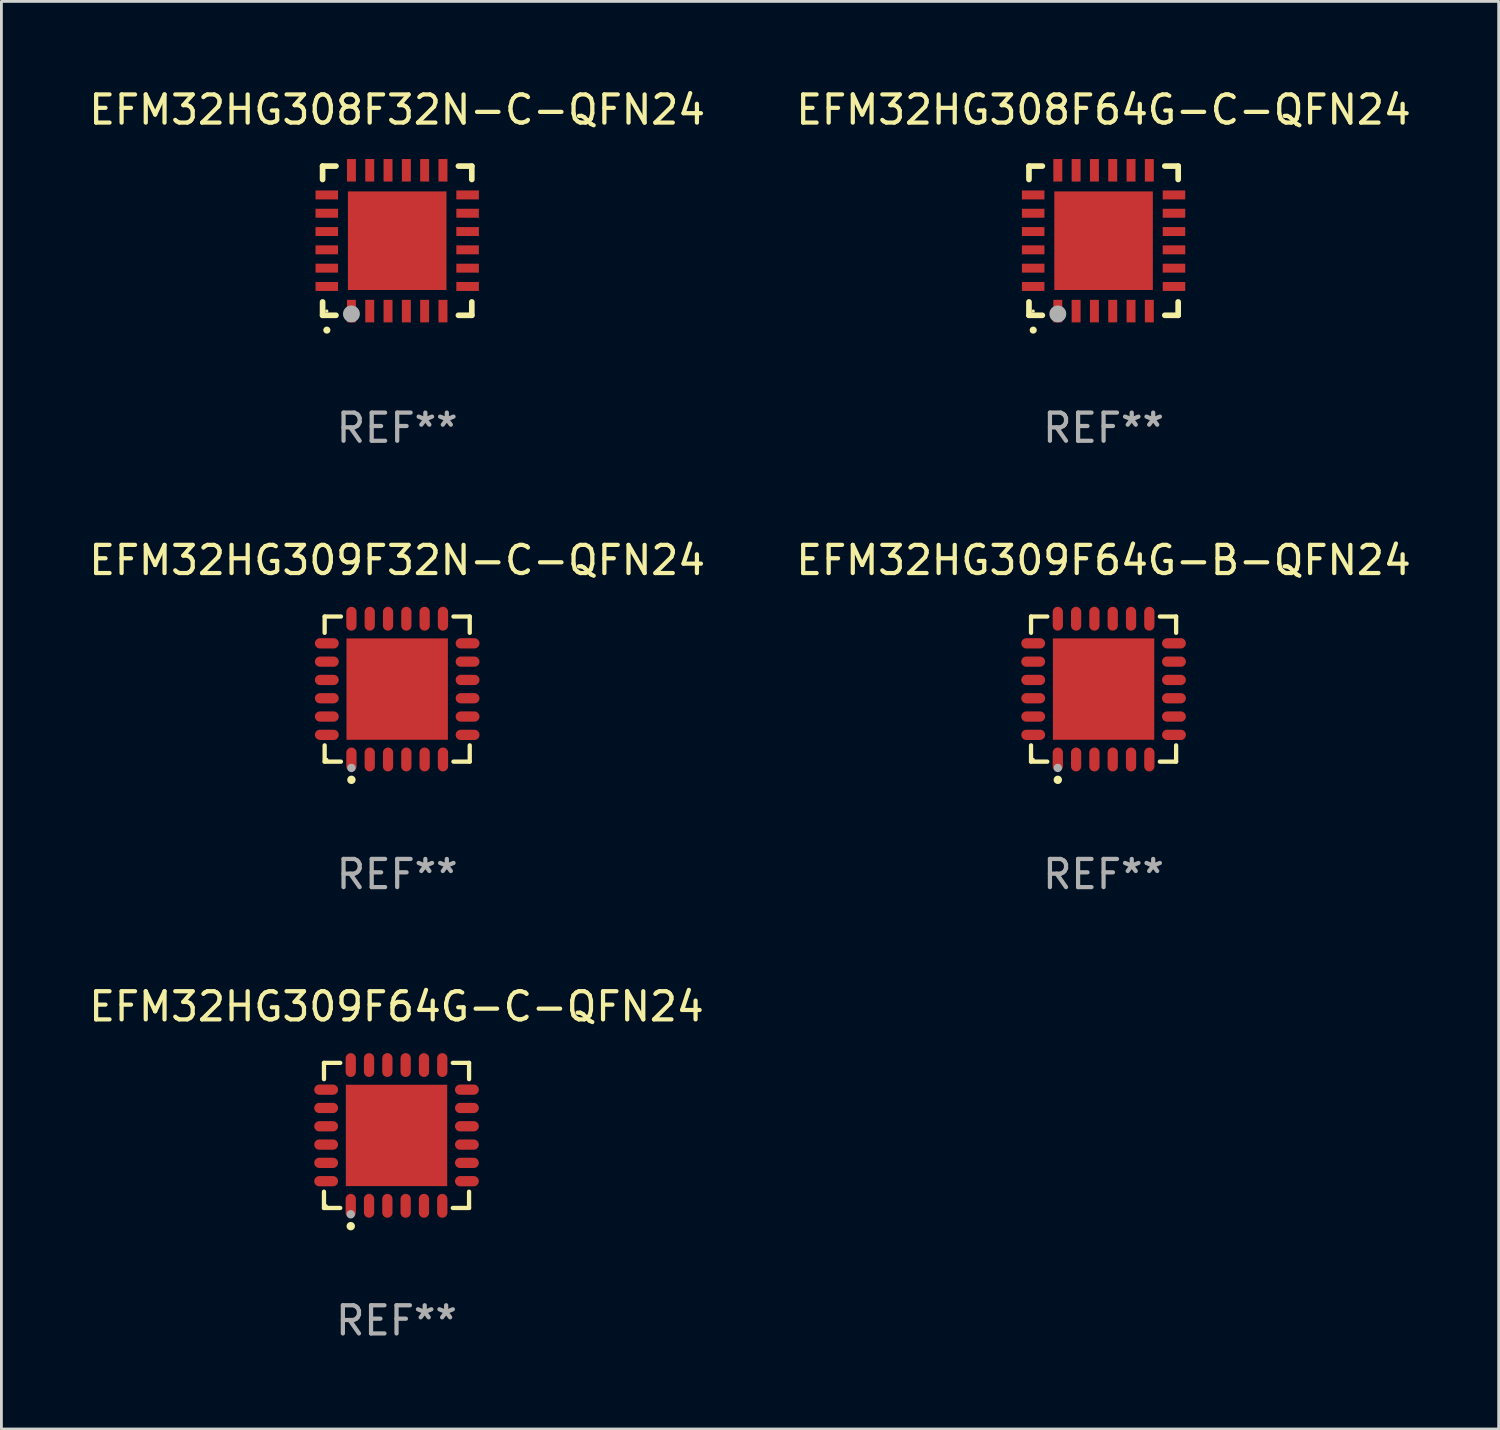
<source format=kicad_pcb>
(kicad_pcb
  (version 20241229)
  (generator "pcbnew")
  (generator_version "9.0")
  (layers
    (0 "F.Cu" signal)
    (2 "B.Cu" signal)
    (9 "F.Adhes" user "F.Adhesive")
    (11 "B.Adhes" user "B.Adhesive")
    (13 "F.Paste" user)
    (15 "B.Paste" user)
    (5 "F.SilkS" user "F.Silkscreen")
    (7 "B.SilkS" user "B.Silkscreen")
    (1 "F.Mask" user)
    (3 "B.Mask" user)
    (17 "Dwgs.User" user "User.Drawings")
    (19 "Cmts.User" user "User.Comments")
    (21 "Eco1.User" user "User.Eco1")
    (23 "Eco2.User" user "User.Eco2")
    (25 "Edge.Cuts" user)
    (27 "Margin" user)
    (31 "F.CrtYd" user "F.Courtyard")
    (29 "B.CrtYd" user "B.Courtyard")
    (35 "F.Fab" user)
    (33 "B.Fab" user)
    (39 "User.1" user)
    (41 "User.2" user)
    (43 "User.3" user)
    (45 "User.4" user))
  (footprint "EFM32HG308F32N-C-QFN24"
    (layer "F.Cu")
    (at 11.054 5.497)
    (property "Reference" "EFM32HG308F32N-C-QFN24" (at 0 -4.649 0) (layer "F.SilkS") (effects (font (size 1 1) (thickness 0.15))))
    (attr through_hole)
    (fp_line (start -2.649 -2.649) (end -2.649 -2.174) (stroke (width 0.201) (type solid)) (layer "F.SilkS"))
    (fp_line (start -2.649 2.649) (end -2.649 2.174) (stroke (width 0.201) (type solid)) (layer "F.SilkS"))
    (fp_line (start -2.174 -2.649) (end -2.649 -2.649) (stroke (width 0.201) (type solid)) (layer "F.SilkS"))
    (fp_line (start -2.174 2.649) (end -2.649 2.649) (stroke (width 0.201) (type solid)) (layer "F.SilkS"))
    (fp_line (start 2.649 -2.649) (end 2.174 -2.649) (stroke (width 0.201) (type solid)) (layer "F.SilkS"))
    (fp_line (start 2.649 -2.174) (end 2.649 -2.649) (stroke (width 0.201) (type solid)) (layer "F.SilkS"))
    (fp_line (start 2.649 2.174) (end 2.649 2.649) (stroke (width 0.201) (type solid)) (layer "F.SilkS"))
    (fp_line (start 2.649 2.649) (end 2.174 2.649) (stroke (width 0.201) (type solid)) (layer "F.SilkS"))
    (fp_arc (start -2.499365 3.175006) (mid -2.498095 3.175) (end -2.496825 3.175006) (stroke (width 0.24892) (type solid)) (layer "F.SilkS"))
    (fp_circle (center -2.5 2.5) (end -2.47 2.5) (stroke (width 0.06) (type solid)) (fill no) (layer "F.SilkS"))
    (fp_circle (center -1.625 2.6) (end -1.475 2.6) (stroke (width 0.3) (type solid)) (fill no) (layer "F.Fab"))
    (fp_text user "REF**" (at 0 6.649 0) (layer "F.Fab") (effects (font (size 1 1) (thickness 0.15))))
    (pad "1" smd rect (at -1.625 2.5 180) (size 0.318 0.8) (layers "F.Cu" "F.Mask" "F.Paste"))
    (pad "2" smd rect (at -0.975 2.5 180) (size 0.318 0.8) (layers "F.Cu" "F.Mask" "F.Paste"))
    (pad "3" smd rect (at -0.325 2.5 180) (size 0.318 0.8) (layers "F.Cu" "F.Mask" "F.Paste"))
    (pad "4" smd rect (at 0.325 2.5 180) (size 0.318 0.8) (layers "F.Cu" "F.Mask" "F.Paste"))
    (pad "5" smd rect (at 0.975 2.5 180) (size 0.318 0.8) (layers "F.Cu" "F.Mask" "F.Paste"))
    (pad "6" smd rect (at 1.625 2.5 180) (size 0.318 0.8) (layers "F.Cu" "F.Mask" "F.Paste"))
    (pad "7" smd rect (at 2.5 1.625 90) (size 0.318 0.8) (layers "F.Cu" "F.Mask" "F.Paste"))
    (pad "8" smd rect (at 2.5 0.975 90) (size 0.318 0.8) (layers "F.Cu" "F.Mask" "F.Paste"))
    (pad "9" smd rect (at 2.5 0.325 90) (size 0.318 0.8) (layers "F.Cu" "F.Mask" "F.Paste"))
    (pad "10" smd rect (at 2.5 -0.325 90) (size 0.318 0.8) (layers "F.Cu" "F.Mask" "F.Paste"))
    (pad "11" smd rect (at 2.5 -0.975 90) (size 0.318 0.8) (layers "F.Cu" "F.Mask" "F.Paste"))
    (pad "12" smd rect (at 2.5 -1.625 90) (size 0.318 0.8) (layers "F.Cu" "F.Mask" "F.Paste"))
    (pad "13" smd rect (at 1.625 -2.5 180) (size 0.318 0.8) (layers "F.Cu" "F.Mask" "F.Paste"))
    (pad "14" smd rect (at 0.975 -2.5 180) (size 0.318 0.8) (layers "F.Cu" "F.Mask" "F.Paste"))
    (pad "15" smd rect (at 0.325 -2.5 180) (size 0.318 0.8) (layers "F.Cu" "F.Mask" "F.Paste"))
    (pad "16" smd rect (at -0.325 -2.5 180) (size 0.318 0.8) (layers "F.Cu" "F.Mask" "F.Paste"))
    (pad "17" smd rect (at -0.975 -2.5 180) (size 0.318 0.8) (layers "F.Cu" "F.Mask" "F.Paste"))
    (pad "18" smd rect (at -1.625 -2.5 180) (size 0.318 0.8) (layers "F.Cu" "F.Mask" "F.Paste"))
    (pad "19" smd rect (at -2.5 -1.625 90) (size 0.318 0.8) (layers "F.Cu" "F.Mask" "F.Paste"))
    (pad "20" smd rect (at -2.5 -0.975 90) (size 0.318 0.8) (layers "F.Cu" "F.Mask" "F.Paste"))
    (pad "21" smd rect (at -2.5 -0.325 90) (size 0.318 0.8) (layers "F.Cu" "F.Mask" "F.Paste"))
    (pad "22" smd rect (at -2.5 0.325 90) (size 0.318 0.8) (layers "F.Cu" "F.Mask" "F.Paste"))
    (pad "23" smd rect (at -2.5 0.975 90) (size 0.318 0.8) (layers "F.Cu" "F.Mask" "F.Paste"))
    (pad "24" smd rect (at -2.5 1.625 90) (size 0.318 0.8) (layers "F.Cu" "F.Mask" "F.Paste"))
    (pad "25" smd rect (at 0.000203 0 90) (size 3.5 3.5) (layers "F.Cu" "F.Mask" "F.Paste")))
  (footprint "EFM32HG308F64G-C-QFN24"
    (layer "F.Cu")
    (at 36.137 5.497)
    (property "Reference" "EFM32HG308F64G-C-QFN24" (at 0 -4.649 0) (layer "F.SilkS") (effects (font (size 1 1) (thickness 0.15))))
    (attr through_hole)
    (fp_line (start -2.649 -2.649) (end -2.649 -2.174) (stroke (width 0.201) (type solid)) (layer "F.SilkS"))
    (fp_line (start -2.649 2.649) (end -2.649 2.174) (stroke (width 0.201) (type solid)) (layer "F.SilkS"))
    (fp_line (start -2.174 -2.649) (end -2.649 -2.649) (stroke (width 0.201) (type solid)) (layer "F.SilkS"))
    (fp_line (start -2.174 2.649) (end -2.649 2.649) (stroke (width 0.201) (type solid)) (layer "F.SilkS"))
    (fp_line (start 2.649 -2.649) (end 2.174 -2.649) (stroke (width 0.201) (type solid)) (layer "F.SilkS"))
    (fp_line (start 2.649 -2.174) (end 2.649 -2.649) (stroke (width 0.201) (type solid)) (layer "F.SilkS"))
    (fp_line (start 2.649 2.174) (end 2.649 2.649) (stroke (width 0.201) (type solid)) (layer "F.SilkS"))
    (fp_line (start 2.649 2.649) (end 2.174 2.649) (stroke (width 0.201) (type solid)) (layer "F.SilkS"))
    (fp_arc (start -2.499365 3.175006) (mid -2.498095 3.175) (end -2.496825 3.175006) (stroke (width 0.24892) (type solid)) (layer "F.SilkS"))
    (fp_circle (center -2.5 2.5) (end -2.47 2.5) (stroke (width 0.06) (type solid)) (fill no) (layer "F.SilkS"))
    (fp_circle (center -1.625 2.6) (end -1.475 2.6) (stroke (width 0.3) (type solid)) (fill no) (layer "F.Fab"))
    (fp_text user "REF**" (at 0 6.649 0) (layer "F.Fab") (effects (font (size 1 1) (thickness 0.15))))
    (pad "1" smd rect (at -1.625 2.5 180) (size 0.318 0.8) (layers "F.Cu" "F.Mask" "F.Paste"))
    (pad "2" smd rect (at -0.975 2.5 180) (size 0.318 0.8) (layers "F.Cu" "F.Mask" "F.Paste"))
    (pad "3" smd rect (at -0.325 2.5 180) (size 0.318 0.8) (layers "F.Cu" "F.Mask" "F.Paste"))
    (pad "4" smd rect (at 0.325 2.5 180) (size 0.318 0.8) (layers "F.Cu" "F.Mask" "F.Paste"))
    (pad "5" smd rect (at 0.975 2.5 180) (size 0.318 0.8) (layers "F.Cu" "F.Mask" "F.Paste"))
    (pad "6" smd rect (at 1.625 2.5 180) (size 0.318 0.8) (layers "F.Cu" "F.Mask" "F.Paste"))
    (pad "7" smd rect (at 2.5 1.625 90) (size 0.318 0.8) (layers "F.Cu" "F.Mask" "F.Paste"))
    (pad "8" smd rect (at 2.5 0.975 90) (size 0.318 0.8) (layers "F.Cu" "F.Mask" "F.Paste"))
    (pad "9" smd rect (at 2.5 0.325 90) (size 0.318 0.8) (layers "F.Cu" "F.Mask" "F.Paste"))
    (pad "10" smd rect (at 2.5 -0.325 90) (size 0.318 0.8) (layers "F.Cu" "F.Mask" "F.Paste"))
    (pad "11" smd rect (at 2.5 -0.975 90) (size 0.318 0.8) (layers "F.Cu" "F.Mask" "F.Paste"))
    (pad "12" smd rect (at 2.5 -1.625 90) (size 0.318 0.8) (layers "F.Cu" "F.Mask" "F.Paste"))
    (pad "13" smd rect (at 1.625 -2.5 180) (size 0.318 0.8) (layers "F.Cu" "F.Mask" "F.Paste"))
    (pad "14" smd rect (at 0.975 -2.5 180) (size 0.318 0.8) (layers "F.Cu" "F.Mask" "F.Paste"))
    (pad "15" smd rect (at 0.325 -2.5 180) (size 0.318 0.8) (layers "F.Cu" "F.Mask" "F.Paste"))
    (pad "16" smd rect (at -0.325 -2.5 180) (size 0.318 0.8) (layers "F.Cu" "F.Mask" "F.Paste"))
    (pad "17" smd rect (at -0.975 -2.5 180) (size 0.318 0.8) (layers "F.Cu" "F.Mask" "F.Paste"))
    (pad "18" smd rect (at -1.625 -2.5 180) (size 0.318 0.8) (layers "F.Cu" "F.Mask" "F.Paste"))
    (pad "19" smd rect (at -2.5 -1.625 90) (size 0.318 0.8) (layers "F.Cu" "F.Mask" "F.Paste"))
    (pad "20" smd rect (at -2.5 -0.975 90) (size 0.318 0.8) (layers "F.Cu" "F.Mask" "F.Paste"))
    (pad "21" smd rect (at -2.5 -0.325 90) (size 0.318 0.8) (layers "F.Cu" "F.Mask" "F.Paste"))
    (pad "22" smd rect (at -2.5 0.325 90) (size 0.318 0.8) (layers "F.Cu" "F.Mask" "F.Paste"))
    (pad "23" smd rect (at -2.5 0.975 90) (size 0.318 0.8) (layers "F.Cu" "F.Mask" "F.Paste"))
    (pad "24" smd rect (at -2.5 1.625 90) (size 0.318 0.8) (layers "F.Cu" "F.Mask" "F.Paste"))
    (pad "25" smd rect (at 0.000203 0 90) (size 3.5 3.5) (layers "F.Cu" "F.Mask" "F.Paste")))
  (footprint "EFM32HG309F64G-C-QFN24"
    (layer "F.Cu")
    (at 11.03 37.268)
    (property "Reference" "EFM32HG309F64G-C-QFN24" (at 0 -4.576 0) (layer "F.SilkS") (effects (font (size 1 1) (thickness 0.15))))
    (attr through_hole)
    (fp_line (start -2.576 -2.576) (end -1.998 -2.576) (stroke (width 0.152) (type solid)) (layer "F.SilkS"))
    (fp_line (start -2.576 -1.998) (end -2.576 -2.576) (stroke (width 0.152) (type solid)) (layer "F.SilkS"))
    (fp_line (start -2.576 1.998) (end -2.576 2.576) (stroke (width 0.152) (type solid)) (layer "F.SilkS"))
    (fp_line (start -2.576 2.576) (end -1.998 2.576) (stroke (width 0.152) (type solid)) (layer "F.SilkS"))
    (fp_line (start 2.576 -2.576) (end 1.998 -2.576) (stroke (width 0.152) (type solid)) (layer "F.SilkS"))
    (fp_line (start 2.576 -1.998) (end 2.576 -2.576) (stroke (width 0.152) (type solid)) (layer "F.SilkS"))
    (fp_line (start 2.576 1.998) (end 2.576 2.576) (stroke (width 0.152) (type solid)) (layer "F.SilkS"))
    (fp_line (start 2.576 2.576) (end 1.998 2.576) (stroke (width 0.152) (type solid)) (layer "F.SilkS"))
    (fp_circle (center -2.5 2.5) (end -2.47 2.5) (stroke (width 0.06) (type solid)) (fill no) (layer "F.SilkS"))
    (fp_circle (center -1.625 3.222) (end -1.55 3.222) (stroke (width 0.15) (type solid)) (fill no) (layer "F.SilkS"))
    (fp_circle (center -1.625 2.8) (end -1.55 2.8) (stroke (width 0.15) (type solid)) (fill no) (layer "F.Fab"))
    (fp_text user "REF**" (at 0 6.576 0) (layer "F.Fab") (effects (font (size 1 1) (thickness 0.15))))
    (pad "1" smd oval (at -1.625 2.499) (size 0.364 0.847) (layers "F.Cu" "F.Mask" "F.Paste"))
    (pad "2" smd oval (at -0.975 2.499) (size 0.364 0.847) (layers "F.Cu" "F.Mask" "F.Paste"))
    (pad "3" smd oval (at -0.325 2.499) (size 0.364 0.847) (layers "F.Cu" "F.Mask" "F.Paste"))
    (pad "4" smd oval (at 0.325 2.499) (size 0.364 0.847) (layers "F.Cu" "F.Mask" "F.Paste"))
    (pad "5" smd oval (at 0.975 2.499) (size 0.364 0.847) (layers "F.Cu" "F.Mask" "F.Paste"))
    (pad "6" smd oval (at 1.625 2.499) (size 0.364 0.847) (layers "F.Cu" "F.Mask" "F.Paste"))
    (pad "7" smd oval (at 2.499 1.625) (size 0.847 0.364) (layers "F.Cu" "F.Mask" "F.Paste"))
    (pad "8" smd oval (at 2.499 0.975) (size 0.847 0.364) (layers "F.Cu" "F.Mask" "F.Paste"))
    (pad "9" smd oval (at 2.499 0.325) (size 0.847 0.364) (layers "F.Cu" "F.Mask" "F.Paste"))
    (pad "10" smd oval (at 2.499 -0.325) (size 0.847 0.364) (layers "F.Cu" "F.Mask" "F.Paste"))
    (pad "11" smd oval (at 2.499 -0.975) (size 0.847 0.364) (layers "F.Cu" "F.Mask" "F.Paste"))
    (pad "12" smd oval (at 2.499 -1.625) (size 0.847 0.364) (layers "F.Cu" "F.Mask" "F.Paste"))
    (pad "13" smd oval (at 1.625 -2.499) (size 0.364 0.847) (layers "F.Cu" "F.Mask" "F.Paste"))
    (pad "14" smd oval (at 0.975 -2.499) (size 0.364 0.847) (layers "F.Cu" "F.Mask" "F.Paste"))
    (pad "15" smd oval (at 0.325 -2.499) (size 0.364 0.847) (layers "F.Cu" "F.Mask" "F.Paste"))
    (pad "16" smd oval (at -0.325 -2.499) (size 0.364 0.847) (layers "F.Cu" "F.Mask" "F.Paste"))
    (pad "17" smd oval (at -0.975 -2.499) (size 0.364 0.847) (layers "F.Cu" "F.Mask" "F.Paste"))
    (pad "18" smd oval (at -1.625 -2.499) (size 0.364 0.847) (layers "F.Cu" "F.Mask" "F.Paste"))
    (pad "19" smd oval (at -2.499 -1.625) (size 0.847 0.364) (layers "F.Cu" "F.Mask" "F.Paste"))
    (pad "20" smd oval (at -2.499 -0.975) (size 0.847 0.364) (layers "F.Cu" "F.Mask" "F.Paste"))
    (pad "21" smd oval (at -2.499 -0.325) (size 0.847 0.364) (layers "F.Cu" "F.Mask" "F.Paste"))
    (pad "22" smd oval (at -2.499 0.325) (size 0.847 0.364) (layers "F.Cu" "F.Mask" "F.Paste"))
    (pad "23" smd oval (at -2.499 0.975) (size 0.847 0.364) (layers "F.Cu" "F.Mask" "F.Paste"))
    (pad "24" smd oval (at -2.499 1.625) (size 0.847 0.364) (layers "F.Cu" "F.Mask" "F.Paste"))
    (pad "25" smd rect (at 0 0) (size 3.6 3.6) (layers "F.Cu" "F.Mask" "F.Paste")))
  (footprint "EFM32HG309F64G-B-QFN24"
    (layer "F.Cu")
    (at 36.137 21.419)
    (property "Reference" "EFM32HG309F64G-B-QFN24" (at 0 -4.576 0) (layer "F.SilkS") (effects (font (size 1 1) (thickness 0.15))))
    (attr through_hole)
    (fp_line (start -2.576 -2.576) (end -1.998 -2.576) (stroke (width 0.152) (type solid)) (layer "F.SilkS"))
    (fp_line (start -2.576 -1.998) (end -2.576 -2.576) (stroke (width 0.152) (type solid)) (layer "F.SilkS"))
    (fp_line (start -2.576 1.998) (end -2.576 2.576) (stroke (width 0.152) (type solid)) (layer "F.SilkS"))
    (fp_line (start -2.576 2.576) (end -1.998 2.576) (stroke (width 0.152) (type solid)) (layer "F.SilkS"))
    (fp_line (start 2.576 -2.576) (end 1.998 -2.576) (stroke (width 0.152) (type solid)) (layer "F.SilkS"))
    (fp_line (start 2.576 -1.998) (end 2.576 -2.576) (stroke (width 0.152) (type solid)) (layer "F.SilkS"))
    (fp_line (start 2.576 1.998) (end 2.576 2.576) (stroke (width 0.152) (type solid)) (layer "F.SilkS"))
    (fp_line (start 2.576 2.576) (end 1.998 2.576) (stroke (width 0.152) (type solid)) (layer "F.SilkS"))
    (fp_circle (center -2.5 2.5) (end -2.47 2.5) (stroke (width 0.06) (type solid)) (fill no) (layer "F.SilkS"))
    (fp_circle (center -1.625 3.222) (end -1.55 3.222) (stroke (width 0.15) (type solid)) (fill no) (layer "F.SilkS"))
    (fp_circle (center -1.625 2.8) (end -1.55 2.8) (stroke (width 0.15) (type solid)) (fill no) (layer "F.Fab"))
    (fp_text user "REF**" (at 0 6.576 0) (layer "F.Fab") (effects (font (size 1 1) (thickness 0.15))))
    (pad "1" smd oval (at -1.625 2.499) (size 0.364 0.847) (layers "F.Cu" "F.Mask" "F.Paste"))
    (pad "2" smd oval (at -0.975 2.499) (size 0.364 0.847) (layers "F.Cu" "F.Mask" "F.Paste"))
    (pad "3" smd oval (at -0.325 2.499) (size 0.364 0.847) (layers "F.Cu" "F.Mask" "F.Paste"))
    (pad "4" smd oval (at 0.325 2.499) (size 0.364 0.847) (layers "F.Cu" "F.Mask" "F.Paste"))
    (pad "5" smd oval (at 0.975 2.499) (size 0.364 0.847) (layers "F.Cu" "F.Mask" "F.Paste"))
    (pad "6" smd oval (at 1.625 2.499) (size 0.364 0.847) (layers "F.Cu" "F.Mask" "F.Paste"))
    (pad "7" smd oval (at 2.499 1.625) (size 0.847 0.364) (layers "F.Cu" "F.Mask" "F.Paste"))
    (pad "8" smd oval (at 2.499 0.975) (size 0.847 0.364) (layers "F.Cu" "F.Mask" "F.Paste"))
    (pad "9" smd oval (at 2.499 0.325) (size 0.847 0.364) (layers "F.Cu" "F.Mask" "F.Paste"))
    (pad "10" smd oval (at 2.499 -0.325) (size 0.847 0.364) (layers "F.Cu" "F.Mask" "F.Paste"))
    (pad "11" smd oval (at 2.499 -0.975) (size 0.847 0.364) (layers "F.Cu" "F.Mask" "F.Paste"))
    (pad "12" smd oval (at 2.499 -1.625) (size 0.847 0.364) (layers "F.Cu" "F.Mask" "F.Paste"))
    (pad "13" smd oval (at 1.625 -2.499) (size 0.364 0.847) (layers "F.Cu" "F.Mask" "F.Paste"))
    (pad "14" smd oval (at 0.975 -2.499) (size 0.364 0.847) (layers "F.Cu" "F.Mask" "F.Paste"))
    (pad "15" smd oval (at 0.325 -2.499) (size 0.364 0.847) (layers "F.Cu" "F.Mask" "F.Paste"))
    (pad "16" smd oval (at -0.325 -2.499) (size 0.364 0.847) (layers "F.Cu" "F.Mask" "F.Paste"))
    (pad "17" smd oval (at -0.975 -2.499) (size 0.364 0.847) (layers "F.Cu" "F.Mask" "F.Paste"))
    (pad "18" smd oval (at -1.625 -2.499) (size 0.364 0.847) (layers "F.Cu" "F.Mask" "F.Paste"))
    (pad "19" smd oval (at -2.499 -1.625) (size 0.847 0.364) (layers "F.Cu" "F.Mask" "F.Paste"))
    (pad "20" smd oval (at -2.499 -0.975) (size 0.847 0.364) (layers "F.Cu" "F.Mask" "F.Paste"))
    (pad "21" smd oval (at -2.499 -0.325) (size 0.847 0.364) (layers "F.Cu" "F.Mask" "F.Paste"))
    (pad "22" smd oval (at -2.499 0.325) (size 0.847 0.364) (layers "F.Cu" "F.Mask" "F.Paste"))
    (pad "23" smd oval (at -2.499 0.975) (size 0.847 0.364) (layers "F.Cu" "F.Mask" "F.Paste"))
    (pad "24" smd oval (at -2.499 1.625) (size 0.847 0.364) (layers "F.Cu" "F.Mask" "F.Paste"))
    (pad "25" smd rect (at 0 0) (size 3.6 3.6) (layers "F.Cu" "F.Mask" "F.Paste")))
  (footprint "EFM32HG309F32N-C-QFN24"
    (layer "F.Cu")
    (at 11.054 21.419)
    (property "Reference" "EFM32HG309F32N-C-QFN24" (at 0 -4.576 0) (layer "F.SilkS") (effects (font (size 1 1) (thickness 0.15))))
    (attr through_hole)
    (fp_line (start -2.576 -2.576) (end -1.998 -2.576) (stroke (width 0.152) (type solid)) (layer "F.SilkS"))
    (fp_line (start -2.576 -1.998) (end -2.576 -2.576) (stroke (width 0.152) (type solid)) (layer "F.SilkS"))
    (fp_line (start -2.576 1.998) (end -2.576 2.576) (stroke (width 0.152) (type solid)) (layer "F.SilkS"))
    (fp_line (start -2.576 2.576) (end -1.998 2.576) (stroke (width 0.152) (type solid)) (layer "F.SilkS"))
    (fp_line (start 2.576 -2.576) (end 1.998 -2.576) (stroke (width 0.152) (type solid)) (layer "F.SilkS"))
    (fp_line (start 2.576 -1.998) (end 2.576 -2.576) (stroke (width 0.152) (type solid)) (layer "F.SilkS"))
    (fp_line (start 2.576 1.998) (end 2.576 2.576) (stroke (width 0.152) (type solid)) (layer "F.SilkS"))
    (fp_line (start 2.576 2.576) (end 1.998 2.576) (stroke (width 0.152) (type solid)) (layer "F.SilkS"))
    (fp_circle (center -2.5 2.5) (end -2.47 2.5) (stroke (width 0.06) (type solid)) (fill no) (layer "F.SilkS"))
    (fp_circle (center -1.625 3.222) (end -1.55 3.222) (stroke (width 0.15) (type solid)) (fill no) (layer "F.SilkS"))
    (fp_circle (center -1.625 2.8) (end -1.55 2.8) (stroke (width 0.15) (type solid)) (fill no) (layer "F.Fab"))
    (fp_text user "REF**" (at 0 6.576 0) (layer "F.Fab") (effects (font (size 1 1) (thickness 0.15))))
    (pad "1" smd oval (at -1.625 2.499) (size 0.364 0.847) (layers "F.Cu" "F.Mask" "F.Paste"))
    (pad "2" smd oval (at -0.975 2.499) (size 0.364 0.847) (layers "F.Cu" "F.Mask" "F.Paste"))
    (pad "3" smd oval (at -0.325 2.499) (size 0.364 0.847) (layers "F.Cu" "F.Mask" "F.Paste"))
    (pad "4" smd oval (at 0.325 2.499) (size 0.364 0.847) (layers "F.Cu" "F.Mask" "F.Paste"))
    (pad "5" smd oval (at 0.975 2.499) (size 0.364 0.847) (layers "F.Cu" "F.Mask" "F.Paste"))
    (pad "6" smd oval (at 1.625 2.499) (size 0.364 0.847) (layers "F.Cu" "F.Mask" "F.Paste"))
    (pad "7" smd oval (at 2.499 1.625) (size 0.847 0.364) (layers "F.Cu" "F.Mask" "F.Paste"))
    (pad "8" smd oval (at 2.499 0.975) (size 0.847 0.364) (layers "F.Cu" "F.Mask" "F.Paste"))
    (pad "9" smd oval (at 2.499 0.325) (size 0.847 0.364) (layers "F.Cu" "F.Mask" "F.Paste"))
    (pad "10" smd oval (at 2.499 -0.325) (size 0.847 0.364) (layers "F.Cu" "F.Mask" "F.Paste"))
    (pad "11" smd oval (at 2.499 -0.975) (size 0.847 0.364) (layers "F.Cu" "F.Mask" "F.Paste"))
    (pad "12" smd oval (at 2.499 -1.625) (size 0.847 0.364) (layers "F.Cu" "F.Mask" "F.Paste"))
    (pad "13" smd oval (at 1.625 -2.499) (size 0.364 0.847) (layers "F.Cu" "F.Mask" "F.Paste"))
    (pad "14" smd oval (at 0.975 -2.499) (size 0.364 0.847) (layers "F.Cu" "F.Mask" "F.Paste"))
    (pad "15" smd oval (at 0.325 -2.499) (size 0.364 0.847) (layers "F.Cu" "F.Mask" "F.Paste"))
    (pad "16" smd oval (at -0.325 -2.499) (size 0.364 0.847) (layers "F.Cu" "F.Mask" "F.Paste"))
    (pad "17" smd oval (at -0.975 -2.499) (size 0.364 0.847) (layers "F.Cu" "F.Mask" "F.Paste"))
    (pad "18" smd oval (at -1.625 -2.499) (size 0.364 0.847) (layers "F.Cu" "F.Mask" "F.Paste"))
    (pad "19" smd oval (at -2.499 -1.625) (size 0.847 0.364) (layers "F.Cu" "F.Mask" "F.Paste"))
    (pad "20" smd oval (at -2.499 -0.975) (size 0.847 0.364) (layers "F.Cu" "F.Mask" "F.Paste"))
    (pad "21" smd oval (at -2.499 -0.325) (size 0.847 0.364) (layers "F.Cu" "F.Mask" "F.Paste"))
    (pad "22" smd oval (at -2.499 0.325) (size 0.847 0.364) (layers "F.Cu" "F.Mask" "F.Paste"))
    (pad "23" smd oval (at -2.499 0.975) (size 0.847 0.364) (layers "F.Cu" "F.Mask" "F.Paste"))
    (pad "24" smd oval (at -2.499 1.625) (size 0.847 0.364) (layers "F.Cu" "F.Mask" "F.Paste"))
    (pad "25" smd rect (at 0 0) (size 3.6 3.6) (layers "F.Cu" "F.Mask" "F.Paste")))
  (gr_rect
    (start -3 -3)
    (end 50.167 47.693)
    (stroke (width 0.1) (type default))
    (fill no)
    (layer "Edge.Cuts")))
</source>
